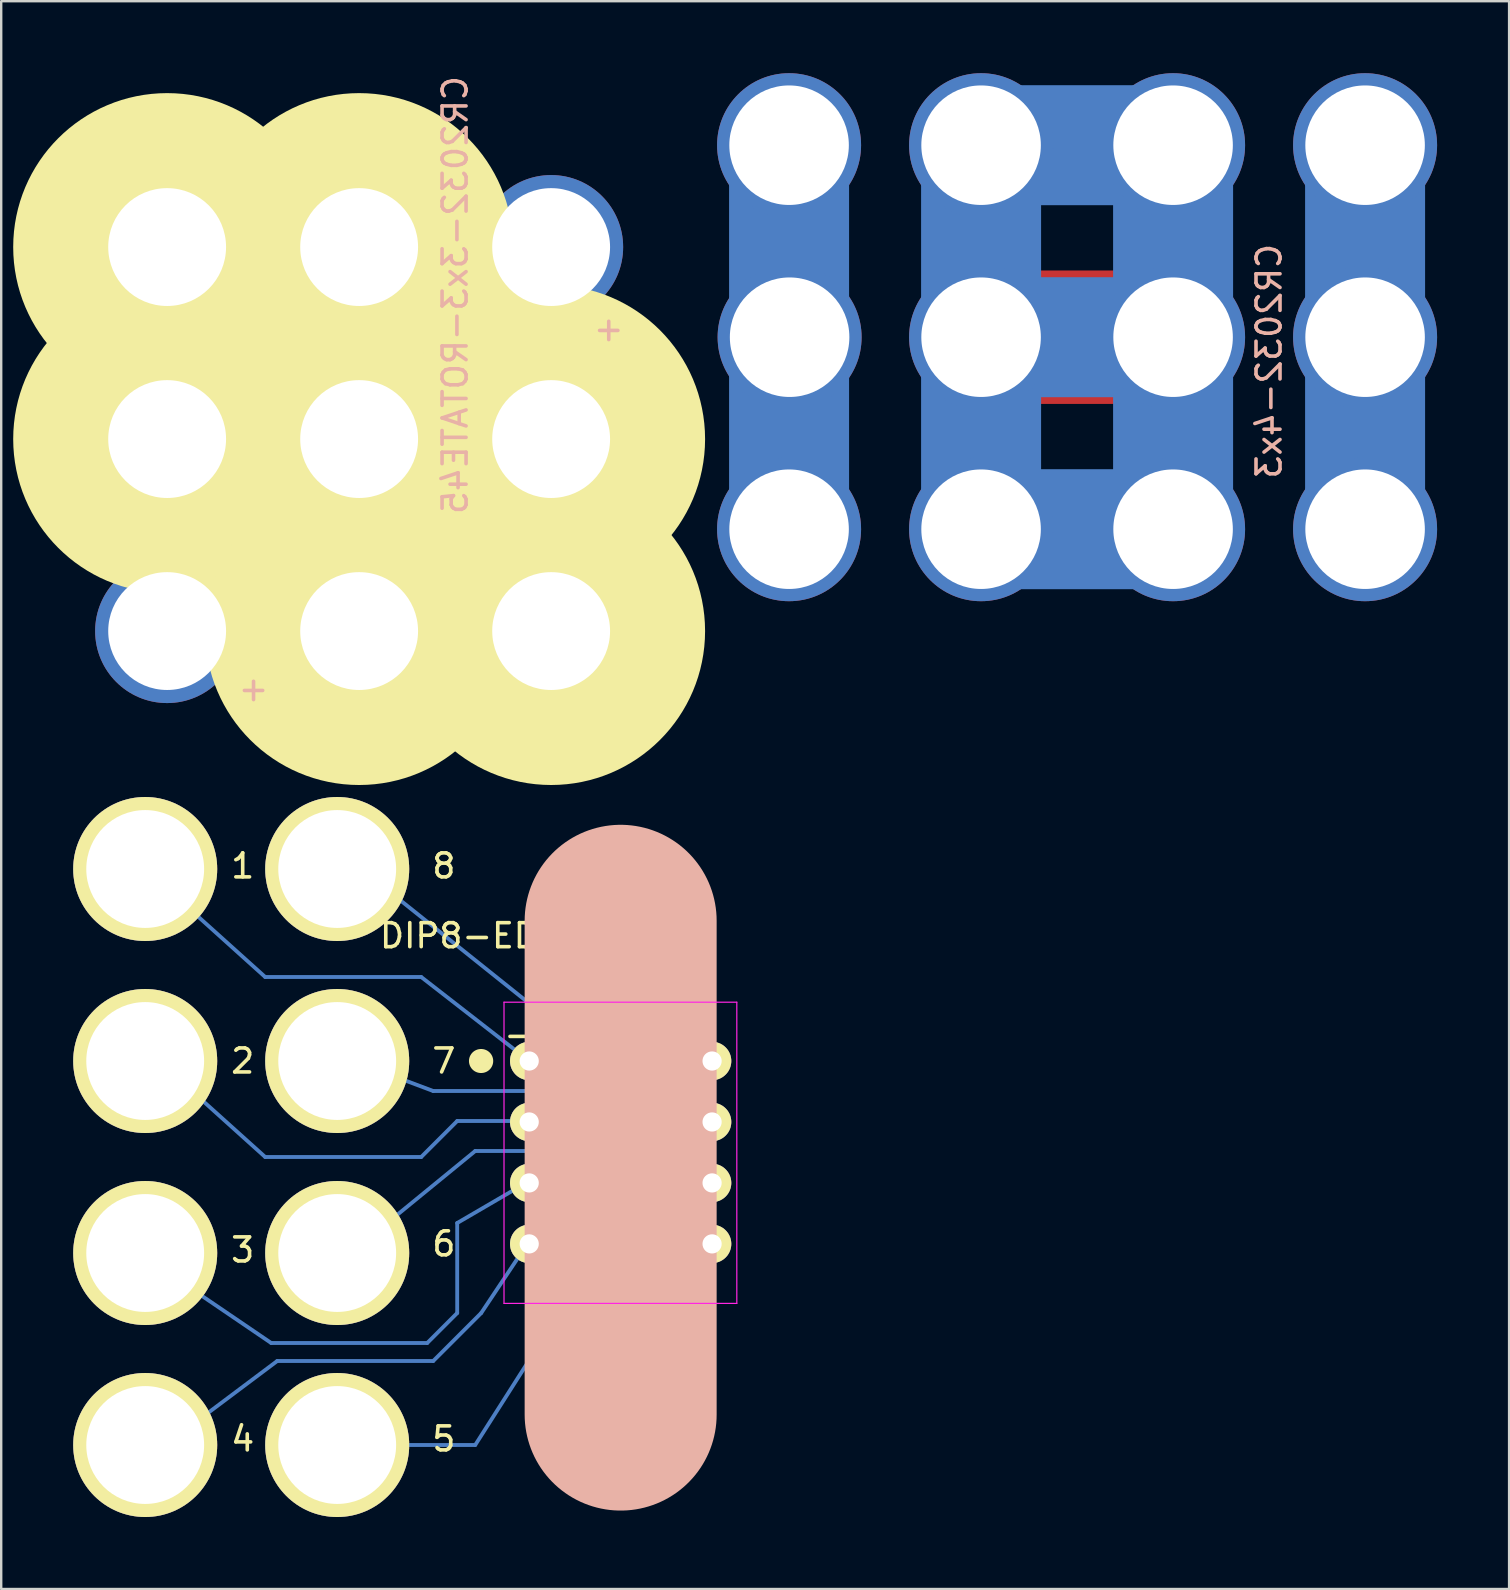
<source format=kicad_pcb>
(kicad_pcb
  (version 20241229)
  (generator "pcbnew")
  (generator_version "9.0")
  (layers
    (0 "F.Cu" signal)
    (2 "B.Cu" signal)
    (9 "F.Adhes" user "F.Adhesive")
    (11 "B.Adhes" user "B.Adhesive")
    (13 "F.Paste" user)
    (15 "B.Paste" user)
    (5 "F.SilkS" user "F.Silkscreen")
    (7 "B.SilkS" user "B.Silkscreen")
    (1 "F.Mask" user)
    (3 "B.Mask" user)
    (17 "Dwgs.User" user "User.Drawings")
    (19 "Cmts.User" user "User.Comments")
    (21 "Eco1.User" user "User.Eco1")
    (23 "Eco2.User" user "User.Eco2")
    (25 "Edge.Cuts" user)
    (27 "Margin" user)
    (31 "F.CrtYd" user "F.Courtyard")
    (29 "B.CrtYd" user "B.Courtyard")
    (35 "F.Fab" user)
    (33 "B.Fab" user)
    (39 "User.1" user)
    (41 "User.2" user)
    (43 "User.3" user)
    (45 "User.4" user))
  (footprint "DIP8-EDGE-4x4"
    (layer "F.Cu")
    (at 19 41.158)
    (property "Reference" "DIP8-EDGE-4x4" (at 0 -5.22 0) (layer "F.SilkS") (effects (font (size 1 1) (thickness 0.15))))
    (attr through_hole)
    (fp_line (start -17 7.5) (end -10.75 11.75) (stroke (width 0.16) (type solid)) (layer "B.Cu"))
    (fp_line (start -16.5 17) (end -10.5 12.5) (stroke (width 0.16) (type solid)) (layer "B.Cu"))
    (fp_line (start -16 -8) (end -11 -3.5) (stroke (width 0.16) (type solid)) (layer "B.Cu"))
    (fp_line (start -16 -0.5) (end -11 4) (stroke (width 0.16) (type solid)) (layer "B.Cu"))
    (fp_line (start -11 -3.5) (end -4.5 -3.5) (stroke (width 0.16) (type solid)) (layer "B.Cu"))
    (fp_line (start -11 4) (end -4.5 4) (stroke (width 0.16) (type solid)) (layer "B.Cu"))
    (fp_line (start -10.75 11.75) (end -4.25 11.75) (stroke (width 0.16) (type solid)) (layer "B.Cu"))
    (fp_line (start -10.5 12.5) (end -4 12.5) (stroke (width 0.16) (type solid)) (layer "B.Cu"))
    (fp_line (start -8 16) (end -2.25 16) (stroke (width 0.16) (type solid)) (layer "B.Cu"))
    (fp_line (start -4.5 -3.5) (end 0 0) (stroke (width 0.16) (type solid)) (layer "B.Cu"))
    (fp_line (start -4.25 11.75) (end -3 10.5) (stroke (width 0.16) (type solid)) (layer "B.Cu"))
    (fp_line (start -4 1.25) (end -8 -0.25) (stroke (width 0.16) (type solid)) (layer "B.Cu"))
    (fp_line (start -4 12.5) (end -2 10.5) (stroke (width 0.16) (type solid)) (layer "B.Cu"))
    (fp_line (start -3 2.5) (end -4.5 4) (stroke (width 0.16) (type solid)) (layer "B.Cu"))
    (fp_line (start -3 6.75) (end 0 5) (stroke (width 0.16) (type solid)) (layer "B.Cu"))
    (fp_line (start -3 10.5) (end -3 6.75) (stroke (width 0.16) (type solid)) (layer "B.Cu"))
    (fp_line (start -2.25 3.75) (end -7.75 8.25) (stroke (width 0.16) (type solid)) (layer "B.Cu"))
    (fp_line (start -2.25 16) (end 3 7.75) (stroke (width 0.16) (type solid)) (layer "B.Cu"))
    (fp_line (start -2 10.5) (end 0 7.5) (stroke (width 0.16) (type solid)) (layer "B.Cu"))
    (fp_line (start 0 2.5) (end -3 2.5) (stroke (width 0.16) (type solid)) (layer "B.Cu"))
    (fp_line (start 1.75 1.25) (end -4 1.25) (stroke (width 0.16) (type solid)) (layer "B.Cu"))
    (fp_line (start 1.75 3.75) (end -2.25 3.75) (stroke (width 0.16) (type solid)) (layer "B.Cu"))
    (fp_line (start 2.75 2.5) (end 1.75 1.25) (stroke (width 0.16) (type solid)) (layer "B.Cu"))
    (fp_line (start 2.75 2.5) (end 7.5 2.5) (stroke (width 0.16) (type solid)) (layer "B.Cu"))
    (fp_line (start 3 0) (end -7 -8) (stroke (width 0.16) (type solid)) (layer "B.Cu"))
    (fp_line (start 3 5) (end 1.75 3.75) (stroke (width 0.16) (type solid)) (layer "B.Cu"))
    (fp_line (start 3 5) (end 7.75 5) (stroke (width 0.16) (type solid)) (layer "B.Cu"))
    (fp_line (start 3 7.75) (end 7.75 7.75) (stroke (width 0.16) (type solid)) (layer "B.Cu"))
    (fp_line (start 7.5 0) (end 3 0) (stroke (width 0.16) (type solid)) (layer "B.Cu"))
    (fp_line (start -2 0) (end -2.01 0) (stroke (width 1) (type solid)) (layer "F.SilkS"))
    (fp_line (start 0.135 -2.295) (end 0.135 -1.025) (stroke (width 0.15) (type solid)) (layer "F.SilkS"))
    (fp_line (start 0.135 -2.295) (end 7.485 -2.295) (stroke (width 0.15) (type solid)) (layer "F.SilkS"))
    (fp_line (start 0.135 -1.025) (end -0.8 -1.025) (stroke (width 0.15) (type solid)) (layer "F.SilkS"))
    (fp_line (start 0.135 9.915) (end 0.135 8.645) (stroke (width 0.15) (type solid)) (layer "F.SilkS"))
    (fp_line (start 0.135 9.915) (end 7.485 9.915) (stroke (width 0.15) (type solid)) (layer "F.SilkS"))
    (fp_line (start 7.485 -2.295) (end 7.485 -1.025) (stroke (width 0.15) (type solid)) (layer "F.SilkS"))
    (fp_line (start 7.485 9.915) (end 7.485 8.645) (stroke (width 0.15) (type solid)) (layer "F.SilkS"))
    (fp_line (start 3.81 14.732) (end 3.81 -5.842) (stroke (width 8) (type solid)) (layer "B.SilkS"))
    (fp_line (start -1.05 -2.45) (end -1.05 10.1) (stroke (width 0.05) (type solid)) (layer "F.CrtYd"))
    (fp_line (start -1.05 -2.45) (end 8.65 -2.45) (stroke (width 0.05) (type solid)) (layer "F.CrtYd"))
    (fp_line (start -1.05 10.1) (end 8.65 10.1) (stroke (width 0.05) (type solid)) (layer "F.CrtYd"))
    (fp_line (start 8.65 -2.45) (end 8.65 10.1) (stroke (width 0.05) (type solid)) (layer "F.CrtYd"))
    (fp_text user "3" (at -11.938 7.874 0) (layer "F.SilkS") (effects (font (size 1 1) (thickness 0.15))))
    (fp_text user "5" (at -3.556 15.748 0) (layer "F.SilkS") (effects (font (size 1 1) (thickness 0.15))))
    (fp_text user "6" (at -3.556 7.62 0) (layer "F.SilkS") (effects (font (size 1 1) (thickness 0.15))))
    (fp_text user "7" (at -3.556 0 0) (layer "F.SilkS") (effects (font (size 1 1) (thickness 0.15))))
    (fp_text user "1" (at -11.938 -8.128 0) (layer "F.SilkS") (effects (font (size 1 1) (thickness 0.15))))
    (fp_text user "2" (at -11.938 0 0) (layer "F.SilkS") (effects (font (size 1 1) (thickness 0.15))))
    (fp_text user "8" (at -3.556 -8.128 0) (layer "F.SilkS") (effects (font (size 1 1) (thickness 0.15))))
    (fp_text user "4" (at -11.938 15.748 0) (layer "F.SilkS") (effects (font (size 1 1) (thickness 0.15))))
    (pad "1" thru_hole circle (at -16 -8) (size 6 6) (drill 4.91) (layers "*.Cu" "*.Mask" "F.SilkS"))
    (pad "1" thru_hole oval (at 0 0) (size 1.6 1.6) (drill 0.8) (layers "*.Cu" "*.Mask" "F.SilkS"))
    (pad "2" thru_hole circle (at -16 0) (size 6 6) (drill 4.91) (layers "*.Cu" "*.Mask" "F.SilkS"))
    (pad "2" thru_hole oval (at 0 2.54) (size 1.6 1.6) (drill 0.8) (layers "*.Cu" "*.Mask" "F.SilkS"))
    (pad "3" thru_hole circle (at -16 8) (size 6 6) (drill 4.91) (layers "*.Cu" "*.Mask" "F.SilkS"))
    (pad "3" thru_hole oval (at 0 5.08) (size 1.6 1.6) (drill 0.8) (layers "*.Cu" "*.Mask" "F.SilkS"))
    (pad "4" thru_hole circle (at -16 16) (size 6 6) (drill 4.91) (layers "*.Cu" "*.Mask" "F.SilkS"))
    (pad "4" thru_hole oval (at 0 7.62) (size 1.6 1.6) (drill 0.8) (layers "*.Cu" "*.Mask" "F.SilkS"))
    (pad "5" thru_hole circle (at -8 16) (size 6 6) (drill 4.91) (layers "*.Cu" "*.Mask" "F.SilkS"))
    (pad "5" thru_hole oval (at 7.62 7.62) (size 1.6 1.6) (drill 0.8) (layers "*.Cu" "*.Mask" "F.SilkS"))
    (pad "6" thru_hole circle (at -8 8) (size 6 6) (drill 4.91) (layers "*.Cu" "*.Mask" "F.SilkS"))
    (pad "6" thru_hole oval (at 7.62 5.08) (size 1.6 1.6) (drill 0.8) (layers "*.Cu" "*.Mask" "F.SilkS"))
    (pad "7" thru_hole circle (at -8 0) (size 6 6) (drill 4.91) (layers "*.Cu" "*.Mask" "F.SilkS"))
    (pad "7" thru_hole oval (at 7.62 2.54) (size 1.6 1.6) (drill 0.8) (layers "*.Cu" "*.Mask" "F.SilkS"))
    (pad "8" thru_hole circle (at -8 -8) (size 6 6) (drill 4.91) (layers "*.Cu" "*.Mask" "F.SilkS"))
    (pad "8" thru_hole oval (at 7.62 0) (size 1.6 1.6) (drill 0.8) (layers "*.Cu" "*.Mask" "F.SilkS")))
  (footprint "CR2032-3x3-ROTATE45"
    (layer "F.Cu")
    (at 11.914 15.244)
    (property "Reference" "CR2032-3x3-ROTATE45" (at 4 -6 90) (layer "B.SilkS") (effects (font (size 1 1) (thickness 0.15)) (justify mirror)))
    (attr through_hole)
    (fp_line (start -8 -8) (end 8 8) (stroke (width 5) (type solid)) (layer "B.Cu"))
    (fp_line (start -8 0) (end 8 0) (stroke (width 5) (type solid)) (layer "B.Cu"))
    (fp_line (start 0 -8) (end 0 8) (stroke (width 5) (type solid)) (layer "B.Cu"))
    (fp_line (start -8 -8) (end 8 8) (stroke (width 5) (type solid)) (layer "B.Mask"))
    (fp_line (start -8 0) (end 8 0) (stroke (width 5) (type solid)) (layer "B.Mask"))
    (fp_line (start 0 -8) (end 0 8) (stroke (width 5) (type solid)) (layer "B.Mask"))
    (fp_circle (center -8 -8) (end -7 -7) (stroke (width 5) (type solid)) (fill no) (layer "F.SilkS"))
    (fp_circle (center -8 0) (end -7 1) (stroke (width 5) (type solid)) (fill no) (layer "F.SilkS"))
    (fp_circle (center 0 -8) (end 1 -7) (stroke (width 5) (type solid)) (fill no) (layer "F.SilkS"))
    (fp_circle (center 0 0) (end 1 1) (stroke (width 9) (type solid)) (fill no) (layer "F.SilkS"))
    (fp_circle (center 0 8) (end 1 9) (stroke (width 5) (type solid)) (fill no) (layer "F.SilkS"))
    (fp_circle (center 8 0) (end 9 1) (stroke (width 5) (type solid)) (fill no) (layer "F.SilkS"))
    (fp_circle (center 8 8) (end 9.414 8) (stroke (width 5) (type solid)) (fill no) (layer "F.SilkS"))
    (fp_text user "+" (at 10.4 -4.6 0) (layer "F.SilkS") (effects (font (size 1 1) (thickness 0.15))))
    (fp_text user "+" (at -4.4 10.4 0) (layer "F.SilkS") (effects (font (size 1 1) (thickness 0.15))))
    (fp_text user "+" (at -4.4 10.4 0) (layer "B.SilkS") (effects (font (size 1 1) (thickness 0.15)) (justify mirror)))
    (fp_text user "+" (at 10.4 -4.6 0) (layer "B.SilkS") (effects (font (size 1 1) (thickness 0.15)) (justify mirror)))
    (pad "+" thru_hole circle (at -8 8) (size 6 6) (drill 4.91) (layers "*.Cu" "*.Mask"))
    (pad "+" thru_hole circle (at 8 -8) (size 6 6) (drill 4.91) (layers "*.Cu" "*.Mask"))
    (pad "GND" thru_hole circle (at -8 -8) (size 6 6) (drill 4.91) (layers "*.Cu" "*.Mask"))
    (pad "GND" thru_hole circle (at -8 0) (size 6 6) (drill 4.91) (layers "*.Cu" "*.Mask"))
    (pad "GND" thru_hole circle (at 0 -8) (size 6 6) (drill 4.91) (layers "*.Cu" "*.Mask"))
    (pad "GND" thru_hole circle (at 0 0) (size 9 9) (drill 4.91) (layers "*.Cu" "*.Mask"))
    (pad "GND" thru_hole circle (at 0 8) (size 6 6) (drill 4.91) (layers "*.Cu" "*.Mask"))
    (pad "GND" thru_hole circle (at 8 0) (size 6 6) (drill 4.91) (layers "*.Cu" "*.Mask"))
    (pad "GND" thru_hole circle (at 8 8) (size 6 6) (drill 4.91) (layers "*.Cu" "*.Mask")))
  (footprint "CR2032-4x3"
    (layer "F.Cu")
    (at 45.828 11)
    (property "Reference" "CR2032-4x3" (at 4 1 90) (layer "B.SilkS") (effects (font (size 1 1) (thickness 0.15)) (justify mirror)))
    (attr through_hole)
    (fp_line (start -16 -8) (end -16 8) (stroke (width 5) (type solid)) (layer "B.Cu"))
    (fp_line (start -8 -8) (end -8 8) (stroke (width 5) (type solid)) (layer "B.Cu"))
    (fp_line (start -8 8) (end 0 8) (stroke (width 5) (type solid)) (layer "B.Cu"))
    (fp_line (start 0 -8) (end -8 -8) (stroke (width 5) (type solid)) (layer "B.Cu"))
    (fp_line (start 0 -8) (end 0 8) (stroke (width 5) (type solid)) (layer "B.Cu"))
    (fp_line (start 0 0) (end -8 0) (stroke (width 5) (type solid)) (layer "B.Cu"))
    (fp_line (start 8 -8) (end 8 8) (stroke (width 5) (type solid)) (layer "B.Cu"))
    (fp_line (start -16 -8) (end -16 8) (stroke (width 5) (type solid)) (layer "B.Mask"))
    (fp_line (start -8 -8) (end -8 8) (stroke (width 5) (type solid)) (layer "B.Mask"))
    (fp_line (start 0 -8) (end -8 -8) (stroke (width 5) (type solid)) (layer "B.Mask"))
    (fp_line (start 0 -8) (end 0 8) (stroke (width 5) (type solid)) (layer "B.Mask"))
    (fp_line (start 0 0) (end -8 0) (stroke (width 5) (type solid)) (layer "B.Mask"))
    (fp_line (start 0 8) (end -8 8) (stroke (width 5) (type solid)) (layer "B.Mask"))
    (fp_line (start 8 -8) (end 8 8) (stroke (width 5) (type solid)) (layer "B.Mask"))
    (pad "+" smd rect (at -15.978 0) (size 2.6 5.56) (layers "F.Cu" "F.Mask" "F.Paste"))
    (pad "+" smd rect (at 7.842 0) (size 2.6 5.56) (layers "F.Cu" "F.Mask" "F.Paste"))
    (pad "1" thru_hole circle (at -16 -8) (size 6 6) (drill 4.98) (layers "*.Cu" "*.Mask"))
    (pad "1" thru_hole circle (at -16 8) (size 6 6) (drill 4.98) (layers "*.Cu" "*.Mask"))
    (pad "1" thru_hole circle (at -15.978 0) (size 6 6) (drill 4.98) (layers "*.Cu" "*.Mask"))
    (pad "1" thru_hole circle (at 8 -8) (size 6 6) (drill 4.98) (layers "*.Cu" "*.Mask"))
    (pad "1" thru_hole circle (at 8 0) (size 6 6) (drill 4.98) (layers "*.Cu" "*.Mask"))
    (pad "1" thru_hole circle (at 8 8) (size 6 6) (drill 4.98) (layers "*.Cu" "*.Mask"))
    (pad "GND" thru_hole circle (at -8 -8) (size 6 6) (drill 4.98) (layers "*.Cu" "*.Mask"))
    (pad "GND" thru_hole circle (at -8 0) (size 6 6) (drill 4.98) (layers "*.Cu" "*.Mask"))
    (pad "GND" thru_hole circle (at -8 8) (size 6 6) (drill 4.98) (layers "*.Cu" "*.Mask"))
    (pad "GND" smd rect (at -4.068 0) (size 10 5.56) (layers "F.Cu" "F.Mask" "F.Paste"))
    (pad "GND" thru_hole circle (at 0 -8) (size 6 6) (drill 4.98) (layers "*.Cu" "*.Mask"))
    (pad "GND" thru_hole circle (at 0 0) (size 6 6) (drill 4.98) (layers "*.Cu" "*.Mask"))
    (pad "GND" thru_hole circle (at 0 8) (size 6 6) (drill 4.98) (layers "*.Cu" "*.Mask")))
  (gr_rect
    (start -3 -3)
    (end 59.828 63.158)
    (stroke (width 0.1) (type default))
    (fill no)
    (layer "Edge.Cuts")))
</source>
